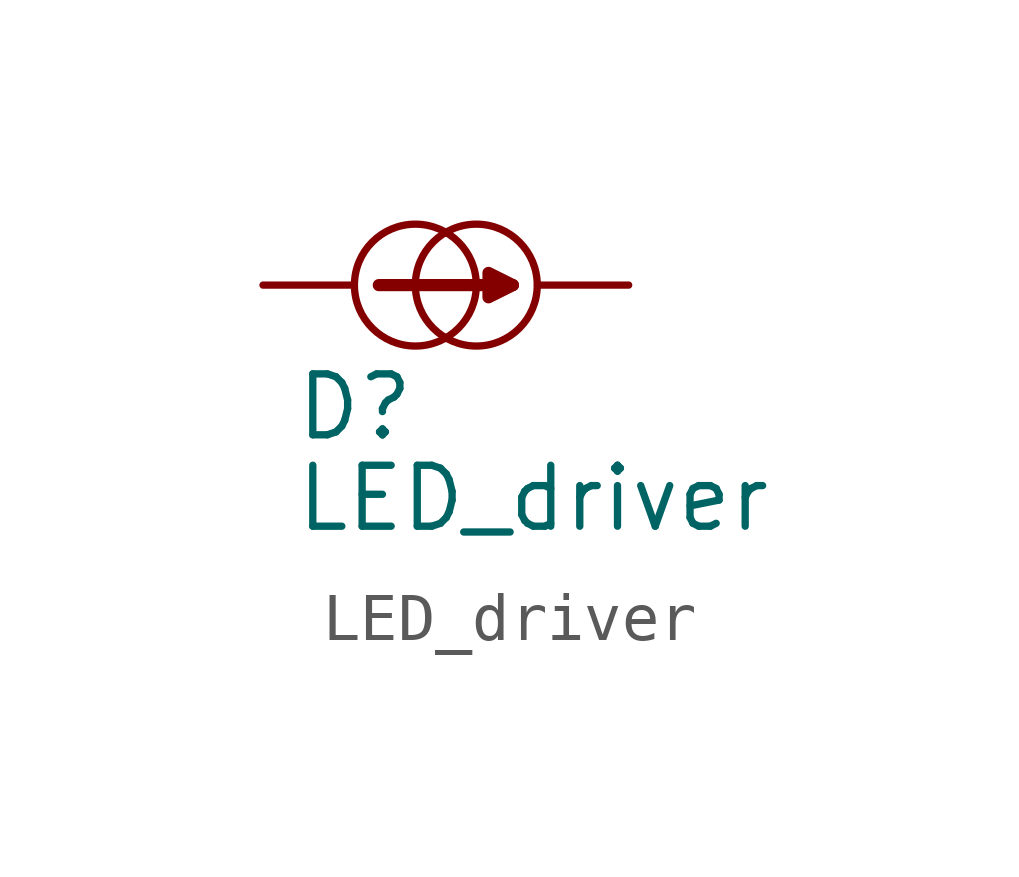
<source format=kicad_sym>
(kicad_symbol_lib
  (version 20220914)
  (generator kicad_symbol_editor)
  (symbol "LED_driver"
    (pin_numbers hide)
    (property "Reference" "D"
      (at -3.175 -2.54 0)
      (effects (font (size 1.27 1.27)) (justify left)))
    (property "Value" "LED_driver"
      (at -3.175 -4.445 0)
      (effects (font (size 1.27 1.27)) (justify left)))
    (symbol "LED_driver_0_1"
      (circle (center -0.635 0) (radius 1.27) (stroke (width 0) (type default)) (fill (type none)))
      (polyline (pts (xy -1.397 0) (xy 1.397 0)) (stroke (width 0.254) (type default)) (fill (type none)))
      (polyline (pts (xy 1.397 0) (xy 0.889 -0.254) (xy 0.889 0.254) (xy 1.397 0)) (stroke (width 0.254) (type default)) (fill (type none)))
      (circle (center 0.635 0) (radius 1.27) (stroke (width 0) (type default)) (fill (type none))))
    (symbol "LED_driver_1_1"
      (pin passive line (at 3.81 0 180) (length 1.9) (name "~" (effects (font (size 1.27 1.27)))) (number "1" (effects (font (size 1.27 1.27)))))
      (pin passive line (at -3.81 0 0) (length 1.9) (name "~" (effects (font (size 1.27 1.27)))) (number "2" (effects (font (size 1.27 1.27))))))))
</source>
